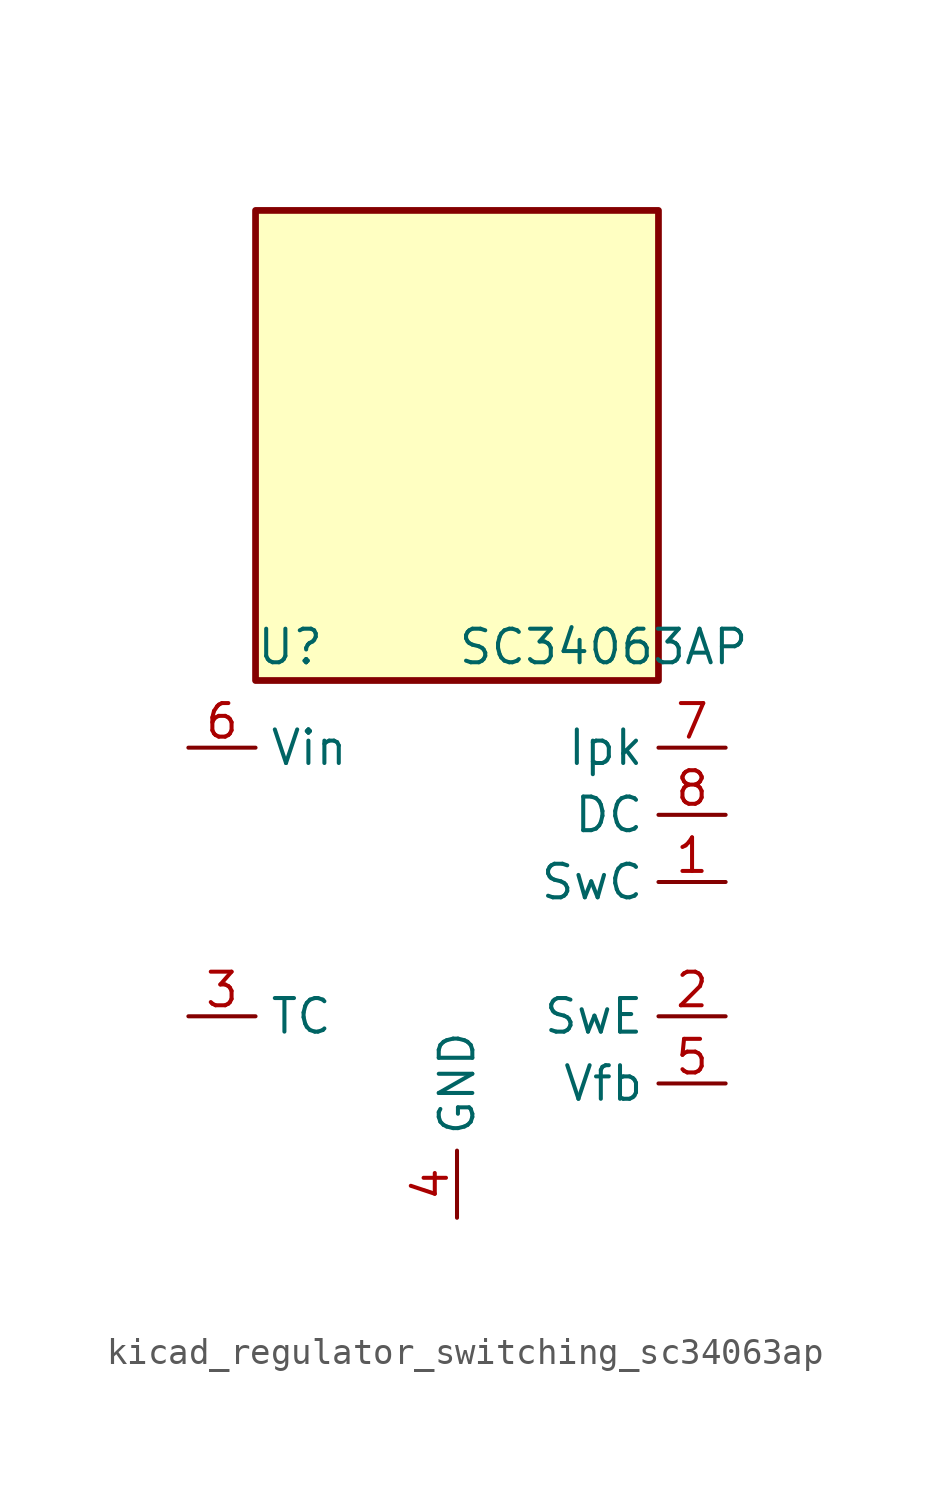
<source format=kicad_sym>
(kicad_symbol_lib
  (version 20220914)
  (generator kicad_symbol_editor)
  (symbol "kicad_regulator_switching_sc34063ap"
    (property "Reference" "U"
      (at -7.62 8.89 0)
      (effects (font (size 1.27 1.27)) (justify left)))
    (property "Value" "SC34063AP"
      (at 0 8.89 0)
      (effects (font (size 1.27 1.27)) (justify left)))
    (symbol "kicad_regulator_switching_sc34063ap_0_1"
      (rectangle (start 7.62 25.4) (end -7.62 7.62) (stroke (width 0.254) (type default)) (fill (type background))))
    (symbol "kicad_regulator_switching_sc34063ap_1_1"
      (pin open_collector line (at 10.16 0 180) (length 2.54) (name "SwC" (effects (font (size 1.27 1.27)))) (number "1" (effects (font (size 1.27 1.27)))))
      (pin open_emitter line (at 10.16 -5.08 180) (length 2.54) (name "SwE" (effects (font (size 1.27 1.27)))) (number "2" (effects (font (size 1.27 1.27)))))
      (pin passive line (at -10.16 -5.08 0) (length 2.54) (name "TC" (effects (font (size 1.27 1.27)))) (number "3" (effects (font (size 1.27 1.27)))))
      (pin power_in line (at 0 -12.7 90) (length 2.54) (name "GND" (effects (font (size 1.27 1.27)))) (number "4" (effects (font (size 1.27 1.27)))))
      (pin input line (at 10.16 -7.62 180) (length 2.54) (name "Vfb" (effects (font (size 1.27 1.27)))) (number "5" (effects (font (size 1.27 1.27)))))
      (pin power_in line (at -10.16 5.08 0) (length 2.54) (name "Vin" (effects (font (size 1.27 1.27)))) (number "6" (effects (font (size 1.27 1.27)))))
      (pin input line (at 10.16 5.08 180) (length 2.54) (name "Ipk" (effects (font (size 1.27 1.27)))) (number "7" (effects (font (size 1.27 1.27)))))
      (pin open_collector line (at 10.16 2.54 180) (length 2.54) (name "DC" (effects (font (size 1.27 1.27)))) (number "8" (effects (font (size 1.27 1.27))))))))
</source>
